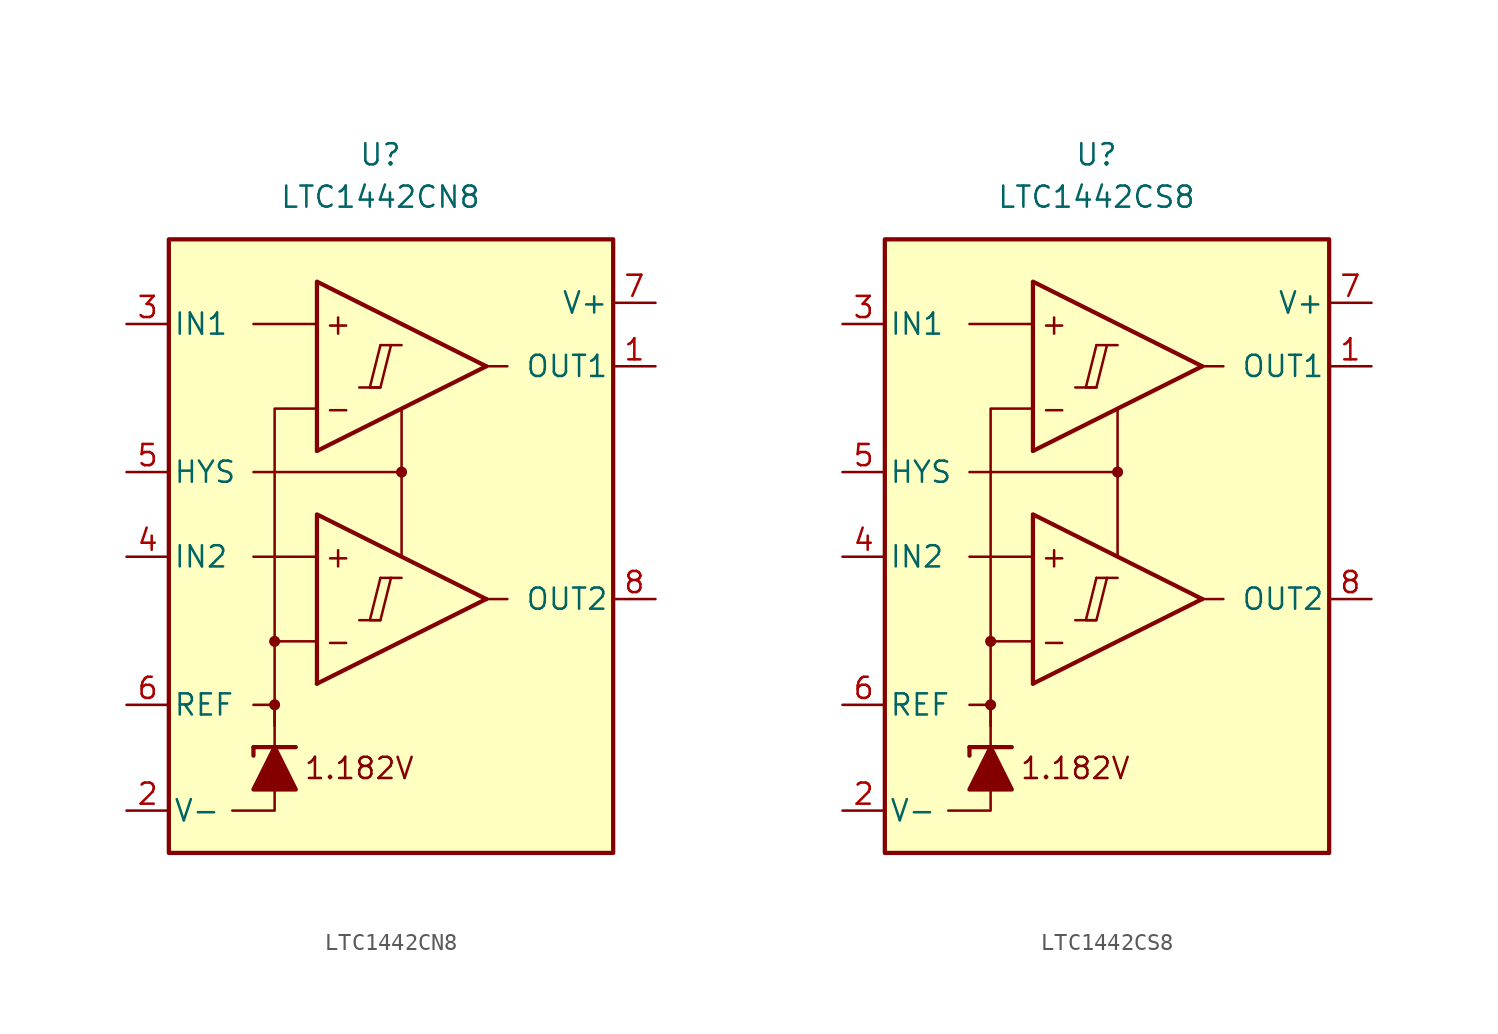
<source format=kicad_sym>
(kicad_symbol_lib
  (version 20211014)
  (generator kicad_symbol_editor)
  (symbol "LTC1442CN8"
    (pin_names
      (offset 0.254))
    (property "Reference" "U"
      (at -1.27 22.86 0)
      (effects (font (size 1.27 1.27))))
    (property "Value" "LTC1442CN8"
      (at -1.27 20.32 0)
      (effects (font (size 1.27 1.27))))
    (symbol "LTC1442CN8_0_0"
      (rectangle (start -13.97 17.78) (end 12.7 -19.05) (stroke (width 0.254) (type default) (color 0 0 0 0)) (fill (type background)))
      (circle (center -7.62 -10.16) (radius 0.254) (stroke (width 0.152) (type default) (color 0 0 0 0)) (fill (type outline)))
      (circle (center -7.62 -6.35) (radius 0.254) (stroke (width 0.152) (type default) (color 0 0 0 0)) (fill (type outline)))
      (polyline (pts (xy -2.54 -5.08) (xy -1.27 -5.08)) (stroke (width 0.152) (type default) (color 0 0 0 0)) (fill (type none)))
      (polyline (pts (xy -2.54 8.89) (xy -1.27 8.89)) (stroke (width 0.152) (type default) (color 0 0 0 0)) (fill (type none)))
      (polyline (pts (xy -1.27 -2.54) (xy 0 -2.54)) (stroke (width 0.152) (type default) (color 0 0 0 0)) (fill (type none)))
      (polyline (pts (xy -1.27 11.43) (xy 0 11.43)) (stroke (width 0.152) (type default) (color 0 0 0 0)) (fill (type none)))
      (polyline (pts (xy 5.08 -3.81) (xy -5.08 -8.89)) (stroke (width 0.254) (type default) (color 0 0 0 0)) (fill (type none)))
      (polyline (pts (xy 5.08 10.16) (xy -5.08 5.08)) (stroke (width 0.254) (type default) (color 0 0 0 0)) (fill (type none)))
      (polyline (pts (xy 5.08 -3.81) (xy -5.08 1.27) (xy -5.08 -8.89)) (stroke (width 0.254) (type default) (color 0 0 0 0)) (fill (type background)))
      (polyline (pts (xy 5.08 10.16) (xy -5.08 15.24) (xy -5.08 5.08)) (stroke (width 0.254) (type default) (color 0 0 0 0)) (fill (type background)))
      (polyline (pts (xy -1.27 -2.54) (xy -1.905 -5.08) (xy -1.27 -5.08) (xy -0.635 -2.54)) (stroke (width 0.152) (type default) (color 0 0 0 0)) (fill (type none)))
      (polyline (pts (xy -1.27 11.43) (xy -1.905 8.89) (xy -1.27 8.89) (xy -0.635 11.43)) (stroke (width 0.152) (type default) (color 0 0 0 0)) (fill (type none)))
      (circle (center 0 3.81) (radius 0.254) (stroke (width 0.152) (type default) (color 0 0 0 0)) (fill (type outline)))
      (text "+" (at -3.81 -1.27 0) (effects (font (size 1.27 1.27))))
      (text "+" (at -3.81 12.7 0) (effects (font (size 1.27 1.27))))
      (text "-" (at -3.81 -6.35 0) (effects (font (size 1.27 1.27))))
      (text "-" (at -3.81 7.62 0) (effects (font (size 1.27 1.27)))))
    (symbol "LTC1442CN8_0_1"
      (polyline (pts (xy -8.89 -12.7) (xy -8.89 -13.208)) (stroke (width 0.254) (type default) (color 0 0 0 0)) (fill (type none)))
      (polyline (pts (xy -8.89 -12.7) (xy -6.35 -12.7)) (stroke (width 0.254) (type default) (color 0 0 0 0)) (fill (type none)))
      (polyline (pts (xy -5.08 -1.27) (xy -8.89 -1.27)) (stroke (width 0) (type default) (color 0 0 0 0)) (fill (type none)))
      (polyline (pts (xy -5.08 12.7) (xy -8.89 12.7)) (stroke (width 0) (type default) (color 0 0 0 0)) (fill (type none)))
      (polyline (pts (xy 0 3.81) (xy 0 -1.27)) (stroke (width 0) (type default) (color 0 0 0 0)) (fill (type none)))
      (polyline (pts (xy 5.08 -3.81) (xy 6.35 -3.81)) (stroke (width 0) (type default) (color 0 0 0 0)) (fill (type none)))
      (polyline (pts (xy 5.08 10.16) (xy 6.35 10.16)) (stroke (width 0) (type default) (color 0 0 0 0)) (fill (type none)))
      (polyline (pts (xy -7.62 -15.24) (xy -7.62 -16.51) (xy -10.16 -16.51)) (stroke (width 0) (type default) (color 0 0 0 0)) (fill (type none)))
      (polyline (pts (xy -7.62 -12.7) (xy -7.62 -10.16) (xy -8.89 -10.16)) (stroke (width 0) (type default) (color 0 0 0 0)) (fill (type none)))
      (polyline (pts (xy -7.62 -11.43) (xy -7.62 -6.35) (xy -5.08 -6.35)) (stroke (width 0) (type default) (color 0 0 0 0)) (fill (type none)))
      (polyline (pts (xy -7.62 -6.35) (xy -7.62 7.62) (xy -5.08 7.62)) (stroke (width 0) (type default) (color 0 0 0 0)) (fill (type none)))
      (polyline (pts (xy 0 7.62) (xy 0 3.81) (xy -8.89 3.81)) (stroke (width 0) (type default) (color 0 0 0 0)) (fill (type none)))
      (polyline (pts (xy -6.35 -15.24) (xy -8.89 -15.24) (xy -7.62 -12.7) (xy -6.35 -15.24)) (stroke (width 0.254) (type default) (color 0 0 0 0)) (fill (type outline))))
    (symbol "LTC1442CN8_1_0"
      (text "1.182V" (at -2.54 -13.97 0) (effects (font (size 1.27 1.27)))))
    (symbol "LTC1442CN8_1_1"
      (pin output line (at 15.24 10.16 180) (length 2.54) (name "OUT1" (effects (font (size 1.27 1.27)))) (number "1" (effects (font (size 1.27 1.27)))))
      (pin power_in line (at -16.51 -16.51 0) (length 2.54) (name "V-" (effects (font (size 1.27 1.27)))) (number "2" (effects (font (size 1.27 1.27)))))
      (pin input line (at -16.51 12.7 0) (length 2.54) (name "IN1" (effects (font (size 1.27 1.27)))) (number "3" (effects (font (size 1.27 1.27)))))
      (pin input line (at -16.51 -1.27 0) (length 2.54) (name "IN2" (effects (font (size 1.27 1.27)))) (number "4" (effects (font (size 1.27 1.27)))))
      (pin input line (at -16.51 3.81 0) (length 2.54) (name "HYS" (effects (font (size 1.27 1.27)))) (number "5" (effects (font (size 1.27 1.27)))))
      (pin output line (at -16.51 -10.16 0) (length 2.54) (name "REF" (effects (font (size 1.27 1.27)))) (number "6" (effects (font (size 1.27 1.27)))))
      (pin power_in line (at 15.24 13.97 180) (length 2.54) (name "V+" (effects (font (size 1.27 1.27)))) (number "7" (effects (font (size 1.27 1.27)))))
      (pin output line (at 15.24 -3.81 180) (length 2.54) (name "OUT2" (effects (font (size 1.27 1.27)))) (number "8" (effects (font (size 1.27 1.27)))))))
  (symbol "LTC1442CS8"
    (pin_names
      (offset 0.254))
    (property "Reference" "U"
      (at -1.27 22.86 0)
      (effects (font (size 1.27 1.27))))
    (property "Value" "LTC1442CS8"
      (at -1.27 20.32 0)
      (effects (font (size 1.27 1.27))))
    (symbol "LTC1442CS8_0_0"
      (rectangle (start -13.97 17.78) (end 12.7 -19.05) (stroke (width 0.254) (type default) (color 0 0 0 0)) (fill (type background)))
      (circle (center -7.62 -10.16) (radius 0.254) (stroke (width 0.152) (type default) (color 0 0 0 0)) (fill (type outline)))
      (circle (center -7.62 -6.35) (radius 0.254) (stroke (width 0.152) (type default) (color 0 0 0 0)) (fill (type outline)))
      (polyline (pts (xy -2.54 -5.08) (xy -1.27 -5.08)) (stroke (width 0.152) (type default) (color 0 0 0 0)) (fill (type none)))
      (polyline (pts (xy -2.54 8.89) (xy -1.27 8.89)) (stroke (width 0.152) (type default) (color 0 0 0 0)) (fill (type none)))
      (polyline (pts (xy -1.27 -2.54) (xy 0 -2.54)) (stroke (width 0.152) (type default) (color 0 0 0 0)) (fill (type none)))
      (polyline (pts (xy -1.27 11.43) (xy 0 11.43)) (stroke (width 0.152) (type default) (color 0 0 0 0)) (fill (type none)))
      (polyline (pts (xy 5.08 -3.81) (xy -5.08 -8.89)) (stroke (width 0.254) (type default) (color 0 0 0 0)) (fill (type none)))
      (polyline (pts (xy 5.08 10.16) (xy -5.08 5.08)) (stroke (width 0.254) (type default) (color 0 0 0 0)) (fill (type none)))
      (polyline (pts (xy 5.08 -3.81) (xy -5.08 1.27) (xy -5.08 -8.89)) (stroke (width 0.254) (type default) (color 0 0 0 0)) (fill (type background)))
      (polyline (pts (xy 5.08 10.16) (xy -5.08 15.24) (xy -5.08 5.08)) (stroke (width 0.254) (type default) (color 0 0 0 0)) (fill (type background)))
      (polyline (pts (xy -1.27 -2.54) (xy -1.905 -5.08) (xy -1.27 -5.08) (xy -0.635 -2.54)) (stroke (width 0.152) (type default) (color 0 0 0 0)) (fill (type none)))
      (polyline (pts (xy -1.27 11.43) (xy -1.905 8.89) (xy -1.27 8.89) (xy -0.635 11.43)) (stroke (width 0.152) (type default) (color 0 0 0 0)) (fill (type none)))
      (circle (center 0 3.81) (radius 0.254) (stroke (width 0.152) (type default) (color 0 0 0 0)) (fill (type outline)))
      (text "+" (at -3.81 -1.27 0) (effects (font (size 1.27 1.27))))
      (text "+" (at -3.81 12.7 0) (effects (font (size 1.27 1.27))))
      (text "-" (at -3.81 -6.35 0) (effects (font (size 1.27 1.27))))
      (text "-" (at -3.81 7.62 0) (effects (font (size 1.27 1.27)))))
    (symbol "LTC1442CS8_0_1"
      (polyline (pts (xy -8.89 -12.7) (xy -8.89 -13.208)) (stroke (width 0.254) (type default) (color 0 0 0 0)) (fill (type none)))
      (polyline (pts (xy -8.89 -12.7) (xy -6.35 -12.7)) (stroke (width 0.254) (type default) (color 0 0 0 0)) (fill (type none)))
      (polyline (pts (xy -5.08 -1.27) (xy -8.89 -1.27)) (stroke (width 0) (type default) (color 0 0 0 0)) (fill (type none)))
      (polyline (pts (xy -5.08 12.7) (xy -8.89 12.7)) (stroke (width 0) (type default) (color 0 0 0 0)) (fill (type none)))
      (polyline (pts (xy 0 3.81) (xy 0 -1.27)) (stroke (width 0) (type default) (color 0 0 0 0)) (fill (type none)))
      (polyline (pts (xy 5.08 -3.81) (xy 6.35 -3.81)) (stroke (width 0) (type default) (color 0 0 0 0)) (fill (type none)))
      (polyline (pts (xy 5.08 10.16) (xy 6.35 10.16)) (stroke (width 0) (type default) (color 0 0 0 0)) (fill (type none)))
      (polyline (pts (xy -7.62 -15.24) (xy -7.62 -16.51) (xy -10.16 -16.51)) (stroke (width 0) (type default) (color 0 0 0 0)) (fill (type none)))
      (polyline (pts (xy -7.62 -12.7) (xy -7.62 -10.16) (xy -8.89 -10.16)) (stroke (width 0) (type default) (color 0 0 0 0)) (fill (type none)))
      (polyline (pts (xy -7.62 -11.43) (xy -7.62 -6.35) (xy -5.08 -6.35)) (stroke (width 0) (type default) (color 0 0 0 0)) (fill (type none)))
      (polyline (pts (xy -7.62 -6.35) (xy -7.62 7.62) (xy -5.08 7.62)) (stroke (width 0) (type default) (color 0 0 0 0)) (fill (type none)))
      (polyline (pts (xy 0 7.62) (xy 0 3.81) (xy -8.89 3.81)) (stroke (width 0) (type default) (color 0 0 0 0)) (fill (type none)))
      (polyline (pts (xy -6.35 -15.24) (xy -8.89 -15.24) (xy -7.62 -12.7) (xy -6.35 -15.24)) (stroke (width 0.254) (type default) (color 0 0 0 0)) (fill (type outline))))
    (symbol "LTC1442CS8_1_0"
      (text "1.182V" (at -2.54 -13.97 0) (effects (font (size 1.27 1.27)))))
    (symbol "LTC1442CS8_1_1"
      (pin output line (at 15.24 10.16 180) (length 2.54) (name "OUT1" (effects (font (size 1.27 1.27)))) (number "1" (effects (font (size 1.27 1.27)))))
      (pin power_in line (at -16.51 -16.51 0) (length 2.54) (name "V-" (effects (font (size 1.27 1.27)))) (number "2" (effects (font (size 1.27 1.27)))))
      (pin input line (at -16.51 12.7 0) (length 2.54) (name "IN1" (effects (font (size 1.27 1.27)))) (number "3" (effects (font (size 1.27 1.27)))))
      (pin input line (at -16.51 -1.27 0) (length 2.54) (name "IN2" (effects (font (size 1.27 1.27)))) (number "4" (effects (font (size 1.27 1.27)))))
      (pin input line (at -16.51 3.81 0) (length 2.54) (name "HYS" (effects (font (size 1.27 1.27)))) (number "5" (effects (font (size 1.27 1.27)))))
      (pin output line (at -16.51 -10.16 0) (length 2.54) (name "REF" (effects (font (size 1.27 1.27)))) (number "6" (effects (font (size 1.27 1.27)))))
      (pin power_in line (at 15.24 13.97 180) (length 2.54) (name "V+" (effects (font (size 1.27 1.27)))) (number "7" (effects (font (size 1.27 1.27)))))
      (pin output line (at 15.24 -3.81 180) (length 2.54) (name "OUT2" (effects (font (size 1.27 1.27)))) (number "8" (effects (font (size 1.27 1.27))))))))
</source>
